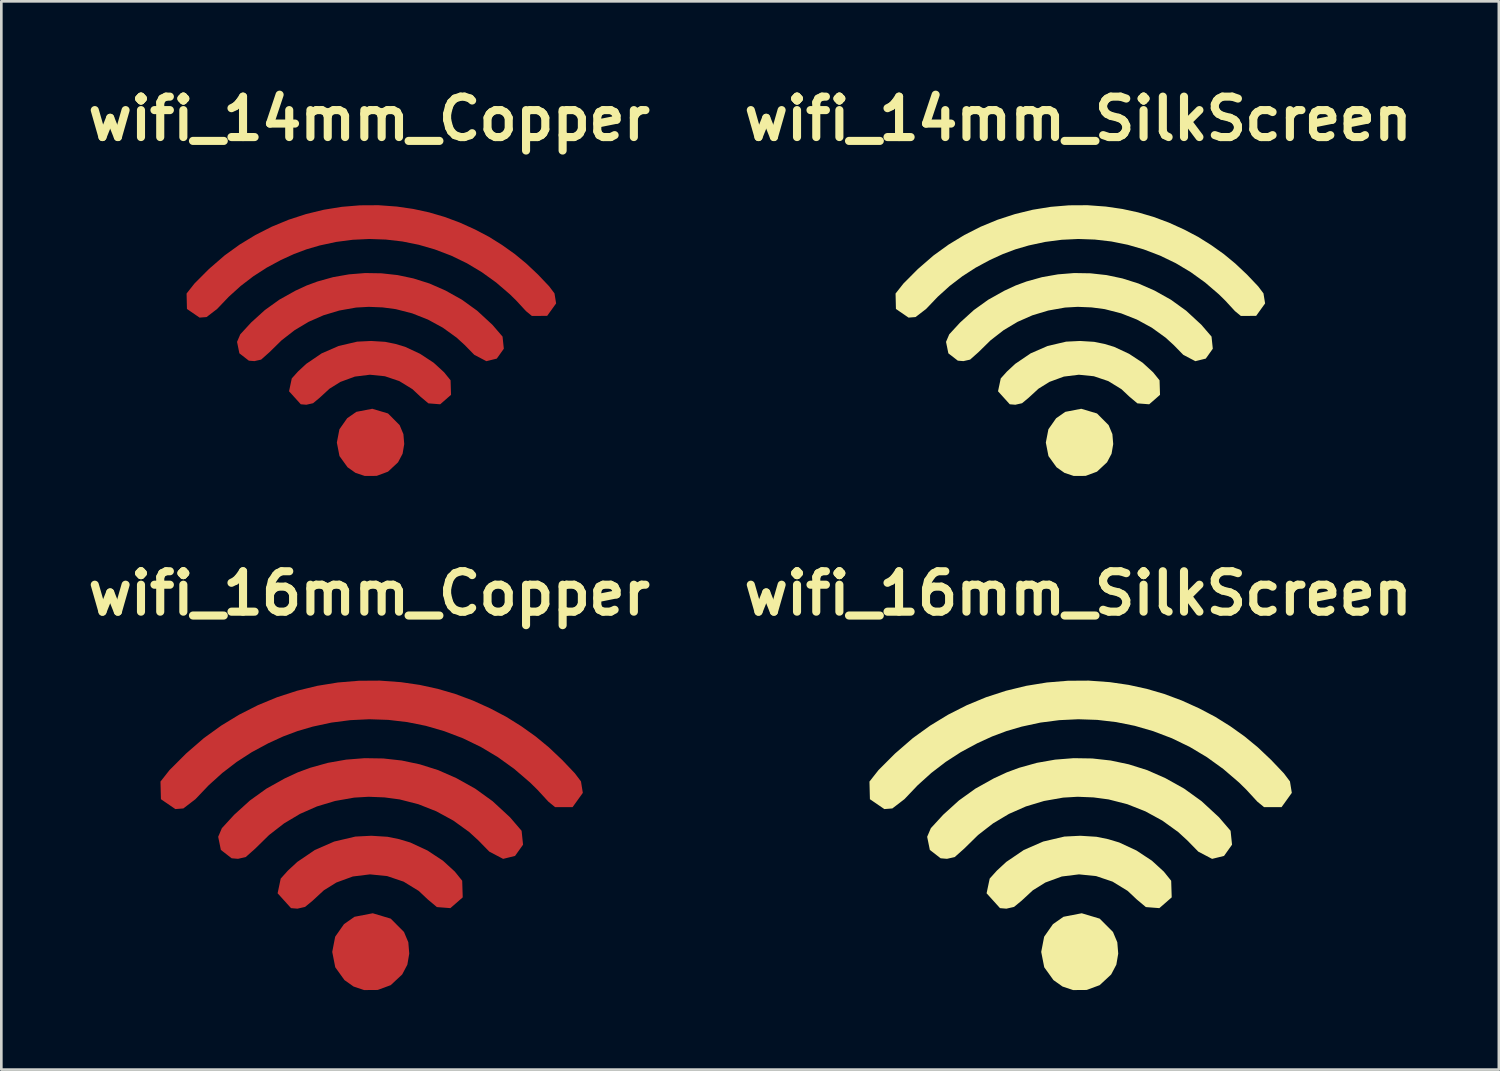
<source format=kicad_pcb>
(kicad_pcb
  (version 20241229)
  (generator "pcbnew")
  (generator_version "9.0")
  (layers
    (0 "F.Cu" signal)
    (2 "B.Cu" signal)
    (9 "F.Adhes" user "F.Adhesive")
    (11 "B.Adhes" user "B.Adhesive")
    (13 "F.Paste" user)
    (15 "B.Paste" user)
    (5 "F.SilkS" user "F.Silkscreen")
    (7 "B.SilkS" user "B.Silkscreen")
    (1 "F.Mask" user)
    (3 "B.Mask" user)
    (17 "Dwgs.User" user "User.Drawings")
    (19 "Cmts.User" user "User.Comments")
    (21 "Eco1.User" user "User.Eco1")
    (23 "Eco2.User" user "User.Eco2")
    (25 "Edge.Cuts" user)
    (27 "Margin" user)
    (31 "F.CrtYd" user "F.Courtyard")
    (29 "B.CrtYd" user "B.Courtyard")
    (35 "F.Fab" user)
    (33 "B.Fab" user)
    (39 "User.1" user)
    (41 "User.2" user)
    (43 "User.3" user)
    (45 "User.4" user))
  (footprint "wifi_16mm_SilkScreen"
    (layer "F.Cu")
    (at 37.588 28.347)
    (property "Reference" "wifi_16mm_SilkScreen" (at 0 -9.03 0) (layer "F.SilkS") (effects (font (size 1.524 1.524) (thickness 0.305))))
    (attr exclude_from_pos_files exclude_from_bom)
    (fp_poly (pts (xy -0.19 5.922) (xy -0.587 5.789) (xy -0.93 5.546) (xy -1.277 5.063) (xy -1.391 4.484) (xy -1.28 3.911) (xy -0.948 3.437) (xy -0.552 3.16) (xy 0.136 3.027) (xy 0.814 3.23) (xy 1.314 3.732) (xy 1.477 4.12) (xy 1.512 4.548) (xy 1.441 4.964) (xy 1.246 5.334) (xy 0.813 5.737) (xy 0.323 5.918) (xy -0.19 5.922)) (stroke (width 0) (type solid)) (fill yes) (layer "F.SilkS"))
    (fp_poly (pts (xy -2.944 2.834) (xy -3.45 2.274) (xy -3.333 1.72) (xy -3.064 1.421) (xy -2.709 1.092) (xy -2.046 0.642) (xy -1.317 0.324) (xy -0.517 0.136) (xy 0.084 0.106) (xy 0.692 0.144) (xy 1.136 0.235) (xy 1.549 0.359) (xy 2.195 0.659) (xy 2.782 1.046) (xy 3.23 1.456) (xy 3.508 1.801) (xy 3.528 2.428) (xy 3.062 2.834) (xy 2.554 2.794) (xy 2.211 2.507) (xy 1.868 2.184) (xy 1.299 1.835) (xy 0.679 1.626) (xy 0.033 1.561) (xy -0.614 1.641) (xy -1.236 1.869) (xy -1.707 2.162) (xy -2.131 2.554) (xy -2.415 2.788) (xy -2.704 2.854) (xy -2.944 2.834)) (stroke (width 0) (type solid)) (fill yes) (layer "F.SilkS"))
    (fp_poly (pts (xy -5.182 0.955) (xy -5.589 0.639) (xy -5.69 0.145) (xy -5.551 -0.18) (xy -5.084 -0.688) (xy -4.493 -1.224) (xy -3.871 -1.671) (xy -3.179 -2.057) (xy -2.691 -2.283) (xy -2.224 -2.456) (xy -1.554 -2.643) (xy -0.866 -2.764) (xy -0.169 -2.819) (xy 0.532 -2.808) (xy 1.227 -2.731) (xy 1.909 -2.587) (xy 2.603 -2.368) (xy 3.289 -2.066) (xy 3.995 -1.672) (xy 4.653 -1.198) (xy 5.31 -0.591) (xy 5.747 -0.082) (xy 5.802 0.442) (xy 5.5 0.866) (xy 5.05 0.977) (xy 4.53 0.704) (xy 4.113 0.278) (xy 3.769 -0.037) (xy 3.175 -0.465) (xy 2.534 -0.815) (xy 1.856 -1.083) (xy 1.149 -1.264) (xy 0.58 -1.34) (xy -0.018 -1.364) (xy -0.565 -1.332) (xy -1.285 -1.205) (xy -1.966 -1) (xy -2.607 -0.718) (xy -3.208 -0.359) (xy -3.771 0.078) (xy -4.295 0.592) (xy -4.652 0.909) (xy -4.942 0.975) (xy -5.182 0.955)) (stroke (width 0) (type solid)) (fill yes) (layer "F.SilkS"))
    (fp_poly (pts (xy -7.304 -0.9) (xy -7.848 -1.272) (xy -7.865 -1.937) (xy -7.524 -2.37) (xy -6.901 -2.993) (xy -6.226 -3.578) (xy -5.578 -4.045) (xy -4.9 -4.458) (xy -4.194 -4.816) (xy -3.466 -5.117) (xy -2.718 -5.36) (xy -1.953 -5.546) (xy -1.176 -5.672) (xy -0.389 -5.737) (xy 0.403 -5.742) (xy 1.198 -5.684) (xy 1.904 -5.581) (xy 2.587 -5.432) (xy 3.253 -5.237) (xy 3.909 -4.992) (xy 4.563 -4.696) (xy 5.169 -4.377) (xy 5.731 -4.026) (xy 6.275 -3.638) (xy 6.774 -3.227) (xy 7.275 -2.753) (xy 7.755 -2.248) (xy 7.985 -1.943) (xy 8.055 -1.511) (xy 7.669 -0.974) (xy 7.009 -0.973) (xy 6.756 -1.18) (xy 6.338 -1.634) (xy 6.064 -1.903) (xy 5.472 -2.411) (xy 4.855 -2.856) (xy 4.211 -3.241) (xy 3.537 -3.568) (xy 2.827 -3.838) (xy 2.136 -4.038) (xy 1.433 -4.179) (xy 0.722 -4.262) (xy 0.007 -4.286) (xy -0.709 -4.252) (xy -1.421 -4.16) (xy -2.126 -4.008) (xy -2.697 -3.841) (xy -3.239 -3.638) (xy -3.8 -3.381) (xy -4.417 -3.049) (xy -4.991 -2.678) (xy -5.533 -2.262) (xy -6.048 -1.797) (xy -6.546 -1.274) (xy -7.002 -0.924) (xy -7.304 -0.9)) (stroke (width 0) (type solid)) (fill yes) (layer "F.SilkS")))
  (footprint "wifi_14mm_Copper"
    (layer "F.Cu")
    (at 10.864 9.709)
    (property "Reference" "wifi_14mm_Copper" (at 0 -8.282 0) (layer "F.SilkS") (effects (font (size 1.524 1.524) (thickness 0.305))))
    (attr exclude_from_pos_files exclude_from_bom)
    (fp_poly (pts (xy -0.167 5.181) (xy -0.514 5.065) (xy -0.814 4.853) (xy -1.118 4.431) (xy -1.217 3.923) (xy -1.12 3.422) (xy -0.829 3.007) (xy -0.483 2.765) (xy 0.119 2.649) (xy 0.712 2.826) (xy 1.15 3.266) (xy 1.292 3.605) (xy 1.323 3.979) (xy 1.261 4.344) (xy 1.09 4.667) (xy 0.711 5.02) (xy 0.283 5.179) (xy -0.167 5.181)) (stroke (width 0) (type solid)) (fill yes) (layer "F.Cu"))
    (fp_poly (pts (xy -2.576 2.48) (xy -3.019 1.99) (xy -2.916 1.505) (xy -2.681 1.244) (xy -2.371 0.956) (xy -1.79 0.561) (xy -1.152 0.283) (xy -0.452 0.119) (xy 0.073 0.093) (xy 0.605 0.126) (xy 0.994 0.205) (xy 1.356 0.314) (xy 1.92 0.577) (xy 2.434 0.915) (xy 2.826 1.274) (xy 3.07 1.576) (xy 3.087 2.124) (xy 2.679 2.48) (xy 2.234 2.445) (xy 1.934 2.193) (xy 1.634 1.911) (xy 1.137 1.606) (xy 0.594 1.423) (xy 0.029 1.366) (xy -0.537 1.436) (xy -1.081 1.636) (xy -1.493 1.892) (xy -1.865 2.234) (xy -2.113 2.44) (xy -2.366 2.497) (xy -2.576 2.48)) (stroke (width 0) (type solid)) (fill yes) (layer "F.Cu"))
    (fp_poly (pts (xy -4.534 0.836) (xy -4.891 0.559) (xy -4.979 0.127) (xy -4.857 -0.158) (xy -4.448 -0.602) (xy -3.931 -1.071) (xy -3.387 -1.462) (xy -2.782 -1.8) (xy -2.355 -1.998) (xy -1.946 -2.149) (xy -1.36 -2.312) (xy -0.758 -2.418) (xy -0.147 -2.467) (xy 0.465 -2.457) (xy 1.073 -2.39) (xy 1.67 -2.264) (xy 2.277 -2.072) (xy 2.878 -1.808) (xy 3.495 -1.463) (xy 4.071 -1.048) (xy 4.646 -0.517) (xy 5.029 -0.072) (xy 5.077 0.386) (xy 4.812 0.758) (xy 4.419 0.855) (xy 3.964 0.616) (xy 3.599 0.243) (xy 3.298 -0.032) (xy 2.778 -0.407) (xy 2.217 -0.713) (xy 1.624 -0.947) (xy 1.005 -1.106) (xy 0.507 -1.172) (xy -0.016 -1.193) (xy -0.494 -1.166) (xy -1.125 -1.054) (xy -1.72 -0.875) (xy -2.281 -0.628) (xy -2.807 -0.314) (xy -3.299 0.068) (xy -3.758 0.518) (xy -4.071 0.796) (xy -4.324 0.853) (xy -4.534 0.836)) (stroke (width 0) (type solid)) (fill yes) (layer "F.Cu"))
    (fp_poly (pts (xy -6.391 -0.787) (xy -6.867 -1.113) (xy -6.881 -1.695) (xy -6.583 -2.073) (xy -6.039 -2.619) (xy -5.448 -3.131) (xy -4.881 -3.54) (xy -4.287 -3.901) (xy -3.67 -4.214) (xy -3.033 -4.477) (xy -2.378 -4.69) (xy -1.709 -4.853) (xy -1.029 -4.963) (xy -0.341 -5.02) (xy 0.353 -5.024) (xy 1.048 -4.973) (xy 1.666 -4.883) (xy 2.264 -4.753) (xy 2.846 -4.582) (xy 3.42 -4.368) (xy 3.992 -4.109) (xy 4.523 -3.83) (xy 5.014 -3.522) (xy 5.491 -3.183) (xy 5.927 -2.823) (xy 6.366 -2.409) (xy 6.786 -1.967) (xy 6.987 -1.7) (xy 7.048 -1.322) (xy 6.71 -0.852) (xy 6.133 -0.851) (xy 5.912 -1.032) (xy 5.546 -1.429) (xy 5.306 -1.665) (xy 4.788 -2.11) (xy 4.248 -2.499) (xy 3.685 -2.836) (xy 3.094 -3.122) (xy 2.474 -3.358) (xy 1.869 -3.533) (xy 1.254 -3.657) (xy 0.631 -3.729) (xy 0.006 -3.751) (xy -0.62 -3.721) (xy -1.243 -3.64) (xy -1.86 -3.507) (xy -2.36 -3.361) (xy -2.834 -3.183) (xy -3.325 -2.959) (xy -3.864 -2.668) (xy -4.367 -2.343) (xy -4.841 -1.98) (xy -5.292 -1.572) (xy -5.728 -1.115) (xy -6.127 -0.808) (xy -6.391 -0.787)) (stroke (width 0) (type solid)) (fill yes) (layer "F.Cu")))
  (footprint "wifi_14mm_SilkScreen"
    (layer "F.Cu")
    (at 37.588 9.709)
    (property "Reference" "wifi_14mm_SilkScreen" (at 0 -8.282 0) (layer "F.SilkS") (effects (font (size 1.524 1.524) (thickness 0.305))))
    (attr exclude_from_pos_files exclude_from_bom)
    (fp_poly (pts (xy -0.167 5.181) (xy -0.514 5.065) (xy -0.814 4.853) (xy -1.118 4.431) (xy -1.217 3.923) (xy -1.12 3.422) (xy -0.829 3.007) (xy -0.483 2.765) (xy 0.119 2.649) (xy 0.712 2.826) (xy 1.15 3.266) (xy 1.292 3.605) (xy 1.323 3.979) (xy 1.261 4.344) (xy 1.09 4.667) (xy 0.711 5.02) (xy 0.283 5.179) (xy -0.167 5.181)) (stroke (width 0) (type solid)) (fill yes) (layer "F.SilkS"))
    (fp_poly (pts (xy -2.576 2.48) (xy -3.019 1.99) (xy -2.916 1.505) (xy -2.681 1.244) (xy -2.371 0.956) (xy -1.79 0.561) (xy -1.152 0.283) (xy -0.452 0.119) (xy 0.073 0.093) (xy 0.605 0.126) (xy 0.994 0.205) (xy 1.356 0.314) (xy 1.92 0.577) (xy 2.434 0.915) (xy 2.826 1.274) (xy 3.07 1.576) (xy 3.087 2.124) (xy 2.679 2.48) (xy 2.234 2.445) (xy 1.934 2.193) (xy 1.634 1.911) (xy 1.137 1.606) (xy 0.594 1.423) (xy 0.029 1.366) (xy -0.537 1.436) (xy -1.081 1.636) (xy -1.493 1.892) (xy -1.865 2.234) (xy -2.113 2.44) (xy -2.366 2.497) (xy -2.576 2.48)) (stroke (width 0) (type solid)) (fill yes) (layer "F.SilkS"))
    (fp_poly (pts (xy -4.534 0.836) (xy -4.891 0.559) (xy -4.979 0.127) (xy -4.857 -0.158) (xy -4.448 -0.602) (xy -3.931 -1.071) (xy -3.387 -1.462) (xy -2.782 -1.8) (xy -2.355 -1.998) (xy -1.946 -2.149) (xy -1.36 -2.312) (xy -0.758 -2.418) (xy -0.147 -2.467) (xy 0.465 -2.457) (xy 1.073 -2.39) (xy 1.67 -2.264) (xy 2.277 -2.072) (xy 2.878 -1.808) (xy 3.495 -1.463) (xy 4.071 -1.048) (xy 4.646 -0.517) (xy 5.029 -0.072) (xy 5.077 0.386) (xy 4.812 0.758) (xy 4.419 0.855) (xy 3.964 0.616) (xy 3.599 0.243) (xy 3.298 -0.032) (xy 2.778 -0.407) (xy 2.217 -0.713) (xy 1.624 -0.947) (xy 1.005 -1.106) (xy 0.507 -1.172) (xy -0.016 -1.193) (xy -0.494 -1.166) (xy -1.125 -1.054) (xy -1.72 -0.875) (xy -2.281 -0.628) (xy -2.807 -0.314) (xy -3.299 0.068) (xy -3.758 0.518) (xy -4.071 0.796) (xy -4.324 0.853) (xy -4.534 0.836)) (stroke (width 0) (type solid)) (fill yes) (layer "F.SilkS"))
    (fp_poly (pts (xy -6.391 -0.787) (xy -6.867 -1.113) (xy -6.881 -1.695) (xy -6.583 -2.073) (xy -6.039 -2.619) (xy -5.448 -3.131) (xy -4.881 -3.54) (xy -4.287 -3.901) (xy -3.67 -4.214) (xy -3.033 -4.477) (xy -2.378 -4.69) (xy -1.709 -4.853) (xy -1.029 -4.963) (xy -0.341 -5.02) (xy 0.353 -5.024) (xy 1.048 -4.973) (xy 1.666 -4.883) (xy 2.264 -4.753) (xy 2.846 -4.582) (xy 3.42 -4.368) (xy 3.992 -4.109) (xy 4.523 -3.83) (xy 5.014 -3.522) (xy 5.491 -3.183) (xy 5.927 -2.823) (xy 6.366 -2.409) (xy 6.786 -1.967) (xy 6.987 -1.7) (xy 7.048 -1.322) (xy 6.71 -0.852) (xy 6.133 -0.851) (xy 5.912 -1.032) (xy 5.546 -1.429) (xy 5.306 -1.665) (xy 4.788 -2.11) (xy 4.248 -2.499) (xy 3.685 -2.836) (xy 3.094 -3.122) (xy 2.474 -3.358) (xy 1.869 -3.533) (xy 1.254 -3.657) (xy 0.631 -3.729) (xy 0.006 -3.751) (xy -0.62 -3.721) (xy -1.243 -3.64) (xy -1.86 -3.507) (xy -2.36 -3.361) (xy -2.834 -3.183) (xy -3.325 -2.959) (xy -3.864 -2.668) (xy -4.367 -2.343) (xy -4.841 -1.98) (xy -5.292 -1.572) (xy -5.728 -1.115) (xy -6.127 -0.808) (xy -6.391 -0.787)) (stroke (width 0) (type solid)) (fill yes) (layer "F.SilkS")))
  (footprint "wifi_16mm_Copper"
    (layer "F.Cu")
    (at 10.864 28.347)
    (property "Reference" "wifi_16mm_Copper" (at 0 -9.03 0) (layer "F.SilkS") (effects (font (size 1.524 1.524) (thickness 0.305))))
    (attr exclude_from_pos_files exclude_from_bom)
    (fp_poly (pts (xy -0.19 5.922) (xy -0.587 5.789) (xy -0.93 5.546) (xy -1.277 5.063) (xy -1.391 4.484) (xy -1.28 3.911) (xy -0.948 3.437) (xy -0.552 3.16) (xy 0.136 3.027) (xy 0.814 3.23) (xy 1.314 3.732) (xy 1.477 4.12) (xy 1.512 4.548) (xy 1.441 4.964) (xy 1.246 5.334) (xy 0.813 5.737) (xy 0.323 5.918) (xy -0.19 5.922)) (stroke (width 0) (type solid)) (fill yes) (layer "F.Cu"))
    (fp_poly (pts (xy -2.944 2.834) (xy -3.45 2.274) (xy -3.333 1.72) (xy -3.064 1.421) (xy -2.709 1.092) (xy -2.046 0.642) (xy -1.317 0.324) (xy -0.517 0.136) (xy 0.084 0.106) (xy 0.692 0.144) (xy 1.136 0.235) (xy 1.549 0.359) (xy 2.195 0.659) (xy 2.782 1.046) (xy 3.23 1.456) (xy 3.508 1.801) (xy 3.528 2.428) (xy 3.062 2.834) (xy 2.554 2.794) (xy 2.211 2.507) (xy 1.868 2.184) (xy 1.299 1.835) (xy 0.679 1.626) (xy 0.033 1.561) (xy -0.614 1.641) (xy -1.236 1.869) (xy -1.707 2.162) (xy -2.131 2.554) (xy -2.415 2.788) (xy -2.704 2.854) (xy -2.944 2.834)) (stroke (width 0) (type solid)) (fill yes) (layer "F.Cu"))
    (fp_poly (pts (xy -5.182 0.955) (xy -5.589 0.639) (xy -5.69 0.145) (xy -5.551 -0.18) (xy -5.084 -0.688) (xy -4.493 -1.224) (xy -3.871 -1.671) (xy -3.179 -2.057) (xy -2.691 -2.283) (xy -2.224 -2.456) (xy -1.554 -2.643) (xy -0.866 -2.764) (xy -0.169 -2.819) (xy 0.532 -2.808) (xy 1.227 -2.731) (xy 1.909 -2.587) (xy 2.603 -2.368) (xy 3.289 -2.066) (xy 3.995 -1.672) (xy 4.653 -1.198) (xy 5.31 -0.591) (xy 5.747 -0.082) (xy 5.802 0.442) (xy 5.5 0.866) (xy 5.05 0.977) (xy 4.53 0.704) (xy 4.113 0.278) (xy 3.769 -0.037) (xy 3.175 -0.465) (xy 2.534 -0.815) (xy 1.856 -1.083) (xy 1.149 -1.264) (xy 0.58 -1.34) (xy -0.018 -1.364) (xy -0.565 -1.332) (xy -1.285 -1.205) (xy -1.966 -1) (xy -2.607 -0.718) (xy -3.208 -0.359) (xy -3.771 0.078) (xy -4.295 0.592) (xy -4.652 0.909) (xy -4.942 0.975) (xy -5.182 0.955)) (stroke (width 0) (type solid)) (fill yes) (layer "F.Cu"))
    (fp_poly (pts (xy -7.304 -0.9) (xy -7.848 -1.272) (xy -7.865 -1.937) (xy -7.524 -2.37) (xy -6.901 -2.993) (xy -6.226 -3.578) (xy -5.578 -4.045) (xy -4.9 -4.458) (xy -4.194 -4.816) (xy -3.466 -5.117) (xy -2.718 -5.36) (xy -1.953 -5.546) (xy -1.176 -5.672) (xy -0.389 -5.737) (xy 0.403 -5.742) (xy 1.198 -5.684) (xy 1.904 -5.581) (xy 2.587 -5.432) (xy 3.253 -5.237) (xy 3.909 -4.992) (xy 4.563 -4.696) (xy 5.169 -4.377) (xy 5.731 -4.026) (xy 6.275 -3.638) (xy 6.774 -3.227) (xy 7.275 -2.753) (xy 7.755 -2.248) (xy 7.985 -1.943) (xy 8.055 -1.511) (xy 7.669 -0.974) (xy 7.009 -0.973) (xy 6.756 -1.18) (xy 6.338 -1.634) (xy 6.064 -1.903) (xy 5.472 -2.411) (xy 4.855 -2.856) (xy 4.211 -3.241) (xy 3.537 -3.568) (xy 2.827 -3.838) (xy 2.136 -4.038) (xy 1.433 -4.179) (xy 0.722 -4.262) (xy 0.007 -4.286) (xy -0.709 -4.252) (xy -1.421 -4.16) (xy -2.126 -4.008) (xy -2.697 -3.841) (xy -3.239 -3.638) (xy -3.8 -3.381) (xy -4.417 -3.049) (xy -4.991 -2.678) (xy -5.533 -2.262) (xy -6.048 -1.797) (xy -6.546 -1.274) (xy -7.002 -0.924) (xy -7.304 -0.9)) (stroke (width 0) (type solid)) (fill yes) (layer "F.Cu")))
  (gr_rect
    (start -3 -3)
    (end 53.447 37.268)
    (stroke (width 0.1) (type default))
    (fill no)
    (layer "Edge.Cuts")))
</source>
